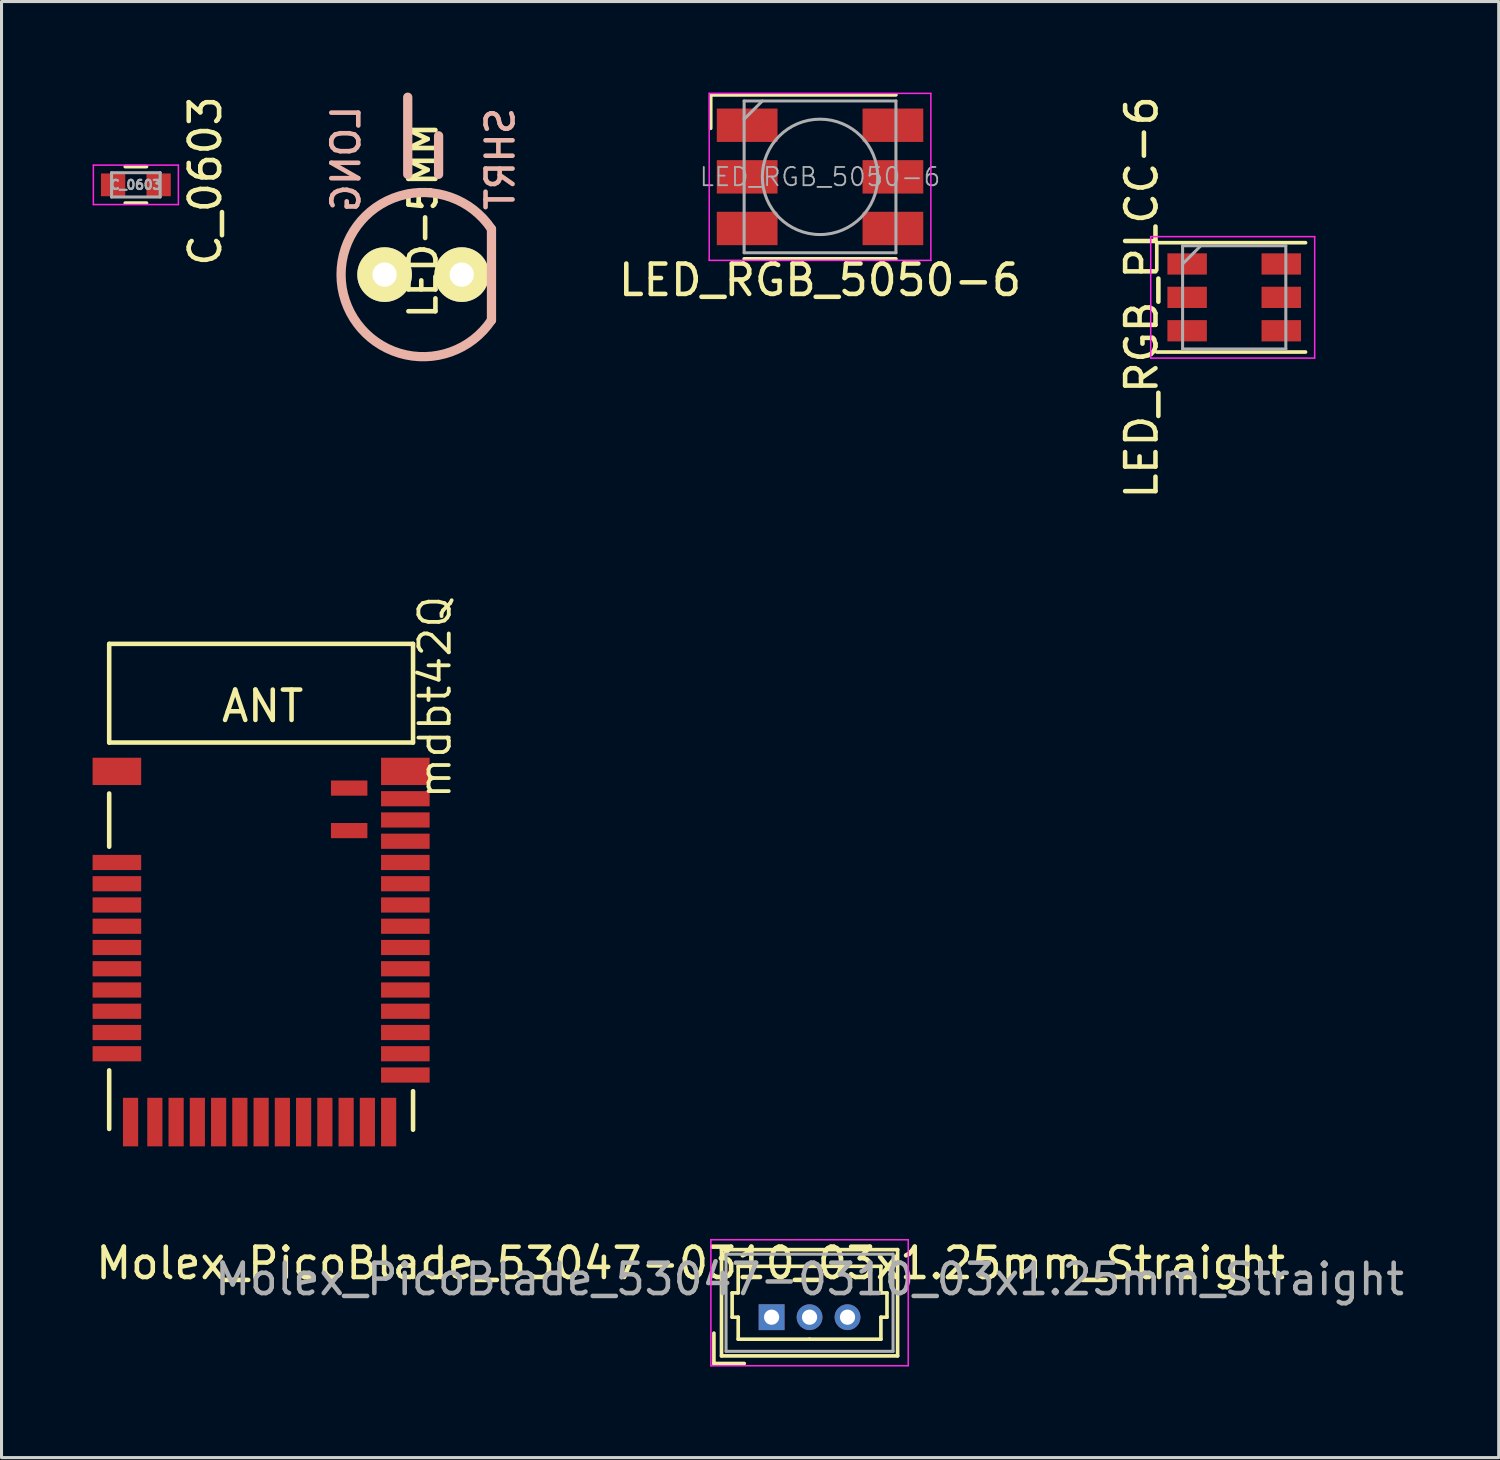
<source format=kicad_pcb>
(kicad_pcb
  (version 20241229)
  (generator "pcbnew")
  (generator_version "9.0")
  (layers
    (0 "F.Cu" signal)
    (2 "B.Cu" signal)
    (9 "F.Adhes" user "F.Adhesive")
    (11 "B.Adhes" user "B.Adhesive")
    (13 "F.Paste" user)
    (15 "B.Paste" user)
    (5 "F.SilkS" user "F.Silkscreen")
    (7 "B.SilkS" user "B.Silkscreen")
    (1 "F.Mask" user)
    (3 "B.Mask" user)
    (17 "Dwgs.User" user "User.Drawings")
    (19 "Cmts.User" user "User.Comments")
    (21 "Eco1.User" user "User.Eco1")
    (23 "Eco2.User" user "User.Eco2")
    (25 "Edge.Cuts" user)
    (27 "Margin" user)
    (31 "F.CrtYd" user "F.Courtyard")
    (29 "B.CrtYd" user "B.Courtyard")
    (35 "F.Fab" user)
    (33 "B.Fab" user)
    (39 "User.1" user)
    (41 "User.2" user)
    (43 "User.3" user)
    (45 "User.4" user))
  (footprint "LED_RGB_5050-6"
    (layer "F.Cu")
    (at 23.958 2.775)
    (property "Reference" "LED_RGB_5050-6" (at 0 3.4 180) (layer "F.SilkS") (effects (font (size 1 1) (thickness 0.15))))
    (attr smd)
    (fp_line (start -3.6 -2.7) (end 2.5 -2.7) (stroke (width 0.12) (type solid)) (layer "F.SilkS"))
    (fp_line (start -3.6 -1.6) (end -3.6 -2.7) (stroke (width 0.12) (type solid)) (layer "F.SilkS"))
    (fp_line (start 2.5 2.7) (end -2.5 2.7) (stroke (width 0.12) (type solid)) (layer "F.SilkS"))
    (fp_line (start -3.65 -2.75) (end -3.65 2.75) (stroke (width 0.05) (type solid)) (layer "F.CrtYd"))
    (fp_line (start -3.65 2.75) (end 3.65 2.75) (stroke (width 0.05) (type solid)) (layer "F.CrtYd"))
    (fp_line (start 3.65 -2.75) (end -3.65 -2.75) (stroke (width 0.05) (type solid)) (layer "F.CrtYd"))
    (fp_line (start 3.65 2.75) (end 3.65 -2.75) (stroke (width 0.05) (type solid)) (layer "F.CrtYd"))
    (fp_line (start -2.5 -2.5) (end -2.5 2.5) (stroke (width 0.1) (type solid)) (layer "F.Fab"))
    (fp_line (start -2.5 -1.9) (end -1.9 -2.5) (stroke (width 0.1) (type solid)) (layer "F.Fab"))
    (fp_line (start -2.5 2.5) (end 2.5 2.5) (stroke (width 0.1) (type solid)) (layer "F.Fab"))
    (fp_line (start 2.5 -2.5) (end -2.5 -2.5) (stroke (width 0.1) (type solid)) (layer "F.Fab"))
    (fp_line (start 2.5 2.5) (end 2.5 -2.5) (stroke (width 0.1) (type solid)) (layer "F.Fab"))
    (fp_circle (center 0 0) (end 0 -1.9) (stroke (width 0.1) (type solid)) (fill no) (layer "F.Fab"))
    (fp_text user "${REFERENCE}" (at 0 0 0) (layer "F.Fab") (effects (font (size 0.6 0.6) (thickness 0.06))))
    (pad "1" smd rect (at -2.4 -1.7 90) (size 1.1 2) (layers "F.Cu" "F.Mask" "F.Paste"))
    (pad "2" smd rect (at -2.4 0 90) (size 1.1 2) (layers "F.Cu" "F.Mask" "F.Paste"))
    (pad "3" smd rect (at -2.4 1.7 90) (size 1.1 2) (layers "F.Cu" "F.Mask" "F.Paste"))
    (pad "4" smd rect (at 2.4 1.7 90) (size 1.1 2) (layers "F.Cu" "F.Mask" "F.Paste"))
    (pad "5" smd rect (at 2.4 0 90) (size 1.1 2) (layers "F.Cu" "F.Mask" "F.Paste"))
    (pad "6" smd rect (at 2.4 -1.7 90) (size 1.1 2) (layers "F.Cu" "F.Mask" "F.Paste")))
  (footprint "C_0603"
    (layer "F.Cu")
    (at 1.425 3.038)
    (property "Reference" "C_0603" (at 2.286 -0.127 90) (layer "F.SilkS") (effects (font (size 1 1) (thickness 0.15))))
    (attr smd)
    (fp_line (start -0.35 -0.6) (end 0.35 -0.6) (stroke (width 0.12) (type solid)) (layer "F.SilkS"))
    (fp_line (start 0.35 0.6) (end -0.35 0.6) (stroke (width 0.12) (type solid)) (layer "F.SilkS"))
    (fp_line (start -1.4 -0.65) (end -1.4 0.65) (stroke (width 0.05) (type solid)) (layer "F.CrtYd"))
    (fp_line (start -1.4 -0.65) (end 1.4 -0.65) (stroke (width 0.05) (type solid)) (layer "F.CrtYd"))
    (fp_line (start 1.4 0.65) (end -1.4 0.65) (stroke (width 0.05) (type solid)) (layer "F.CrtYd"))
    (fp_line (start 1.4 0.65) (end 1.4 -0.65) (stroke (width 0.05) (type solid)) (layer "F.CrtYd"))
    (fp_line (start -0.8 -0.4) (end 0.8 -0.4) (stroke (width 0.1) (type solid)) (layer "F.Fab"))
    (fp_line (start -0.8 0.4) (end -0.8 -0.4) (stroke (width 0.1) (type solid)) (layer "F.Fab"))
    (fp_line (start 0.8 -0.4) (end 0.8 0.4) (stroke (width 0.1) (type solid)) (layer "F.Fab"))
    (fp_line (start 0.8 0.4) (end -0.8 0.4) (stroke (width 0.1) (type solid)) (layer "F.Fab"))
    (fp_text user "${REFERENCE}" (at 0 0 0) (layer "F.Fab") (effects (font (size 0.3 0.3) (thickness 0.075))))
    (pad "1" smd rect (at -0.75 0) (size 0.8 0.75) (layers "F.Cu" "F.Mask" "F.Paste"))
    (pad "2" smd rect (at 0.75 0) (size 0.8 0.75) (layers "F.Cu" "F.Mask" "F.Paste")))
  (footprint "LED_RGB_PLCC-6"
    (layer "F.Cu")
    (at 37.599 6.744)
    (property "Reference" "LED_RGB_PLCC-6" (at -3.048 0 270) (layer "F.SilkS") (effects (font (size 1 1) (thickness 0.15))))
    (attr smd)
    (fp_line (start -2.55 -1.8) (end -2.55 -0.9) (stroke (width 0.12) (type solid)) (layer "F.SilkS"))
    (fp_line (start -2.55 1.8) (end 2.35 1.8) (stroke (width 0.12) (type solid)) (layer "F.SilkS"))
    (fp_line (start 2.35 -1.8) (end -2.55 -1.8) (stroke (width 0.12) (type solid)) (layer "F.SilkS"))
    (fp_line (start -2.75 -2) (end -2.75 2) (stroke (width 0.05) (type solid)) (layer "F.CrtYd"))
    (fp_line (start -2.75 -2) (end 2.65 -2) (stroke (width 0.05) (type solid)) (layer "F.CrtYd"))
    (fp_line (start -2.75 2) (end 2.65 2) (stroke (width 0.05) (type solid)) (layer "F.CrtYd"))
    (fp_line (start 2.65 -2) (end 2.65 2) (stroke (width 0.05) (type solid)) (layer "F.CrtYd"))
    (fp_line (start -1.7 -1.7) (end -1.7 1.7) (stroke (width 0.1) (type solid)) (layer "F.Fab"))
    (fp_line (start -1.7 -1.1) (end -1.1 -1.7) (stroke (width 0.1) (type solid)) (layer "F.Fab"))
    (fp_line (start -1.7 1.7) (end 1.7 1.7) (stroke (width 0.1) (type solid)) (layer "F.Fab"))
    (fp_line (start 1.7 -1.7) (end -1.7 -1.7) (stroke (width 0.1) (type solid)) (layer "F.Fab"))
    (fp_line (start 1.7 1.7) (end 1.7 -1.7) (stroke (width 0.1) (type solid)) (layer "F.Fab"))
    (pad "1" smd rect (at -1.55 -1.1 90) (size 0.7 1.3) (layers "F.Cu" "F.Mask" "F.Paste"))
    (pad "2" smd rect (at -1.55 0 90) (size 0.7 1.3) (layers "F.Cu" "F.Mask" "F.Paste"))
    (pad "3" smd rect (at -1.55 1.1 90) (size 0.7 1.3) (layers "F.Cu" "F.Mask" "F.Paste"))
    (pad "4" smd rect (at 1.55 1.1 90) (size 0.7 1.3) (layers "F.Cu" "F.Mask" "F.Paste"))
    (pad "5" smd rect (at 1.55 0 90) (size 0.7 1.3) (layers "F.Cu" "F.Mask" "F.Paste"))
    (pad "6" smd rect (at 1.55 -1.1 90) (size 0.7 1.3) (layers "F.Cu" "F.Mask" "F.Paste")))
  (footprint "LED-5MM"
    (layer "F.Cu")
    (at 10.887 5.994)
    (property "Reference" "LED-5MM" (at 0 -1.778 270) (layer "F.SilkS") (effects (font (size 0.889 0.889) (thickness 0.152))))
    (attr through_hole)
    (fp_line (start -0.508 -5.842) (end -0.508 -3.302) (stroke (width 0.305) (type solid)) (layer "B.SilkS"))
    (fp_line (start 0.508 -4.572) (end 0.508 -3.302) (stroke (width 0.305) (type solid)) (layer "B.SilkS"))
    (fp_line (start 2.25 -1.5) (end 2.25 1.5) (stroke (width 0.305) (type solid)) (layer "B.SilkS"))
    (fp_arc (start 2.25 1.5) (mid -2.704163 0.000469) (end 2.24948 -1.50078) (stroke (width 0.3048) (type solid)) (layer "B.SilkS"))
    (fp_text user "SHRT" (at 2.54 -3.81 90) (layer "B.SilkS") (effects (font (size 0.889 0.889) (thickness 0.152)) (justify mirror)))
    (fp_text user "LONG" (at -2.54 -3.81 90) (layer "B.SilkS") (effects (font (size 0.889 0.889) (thickness 0.152)) (justify mirror)))
    (pad "1" thru_hole circle (at -1.27 0) (size 1.8 1.8) (drill 0.8) (layers "*.Cu" "*.Mask" "F.SilkS"))
    (pad "2" thru_hole circle (at 1.27 0) (size 1.8 1.8) (drill 0.8) (layers "*.Cu" "*.Mask" "F.SilkS")))
  (footprint "mdbt42Q"
    (layer "F.Cu")
    (at 5.55 27.656)
    (property "Reference" "mdbt42Q" (at 5.724 -7.747 90) (layer "F.SilkS") (effects (font (size 1 1) (thickness 0.125))))
    (attr through_hole)
    (fp_line (start -5.004 -9.5) (end -5.004 -6.248) (stroke (width 0.15) (type solid)) (layer "F.SilkS"))
    (fp_line (start -5.004 -2.819) (end -5.004 -4.572) (stroke (width 0.15) (type solid)) (layer "F.SilkS"))
    (fp_line (start -5.004 6.477) (end -5.004 4.547) (stroke (width 0.15) (type solid)) (layer "F.SilkS"))
    (fp_line (start -5 -9.5) (end 5 -9.5) (stroke (width 0.15) (type solid)) (layer "F.SilkS"))
    (fp_line (start 5 -6.25) (end -5 -6.25) (stroke (width 0.15) (type solid)) (layer "F.SilkS"))
    (fp_line (start 5.004 -9.5) (end 5.004 -6.248) (stroke (width 0.15) (type solid)) (layer "F.SilkS"))
    (fp_line (start 5.004 6.502) (end 5.004 5.232) (stroke (width 0.15) (type solid)) (layer "F.SilkS"))
    (fp_text user "ANT" (at 0.05 -7.45 0) (layer "F.SilkS") (effects (font (size 1 1) (thickness 0.15))))
    (pad "1" smd rect (at -4.75 -5.3) (size 1.6 0.9) (layers "F.Cu" "F.Mask" "F.Paste"))
    (pad "2" smd rect (at -4.75 -2.3) (size 1.6 0.5) (layers "F.Cu" "F.Mask" "F.Paste"))
    (pad "3" smd rect (at -4.75 -1.6) (size 1.6 0.5) (layers "F.Cu" "F.Mask" "F.Paste"))
    (pad "4" smd rect (at -4.75 -0.9) (size 1.6 0.5) (layers "F.Cu" "F.Mask" "F.Paste"))
    (pad "5" smd rect (at -4.75 -0.2) (size 1.6 0.5) (layers "F.Cu" "F.Mask" "F.Paste"))
    (pad "6" smd rect (at -4.75 0.5) (size 1.6 0.5) (layers "F.Cu" "F.Mask" "F.Paste"))
    (pad "7" smd rect (at -4.75 1.2) (size 1.6 0.5) (layers "F.Cu" "F.Mask" "F.Paste"))
    (pad "8" smd rect (at -4.75 1.9) (size 1.6 0.5) (layers "F.Cu" "F.Mask" "F.Paste"))
    (pad "9" smd rect (at -4.75 2.6) (size 1.6 0.5) (layers "F.Cu" "F.Mask" "F.Paste"))
    (pad "10" smd rect (at -4.75 3.3) (size 1.6 0.5) (layers "F.Cu" "F.Mask" "F.Paste"))
    (pad "11" smd rect (at -4.75 4) (size 1.6 0.5) (layers "F.Cu" "F.Mask" "F.Paste"))
    (pad "12" smd rect (at -4.3 6.25) (size 0.5 1.6) (layers "F.Cu" "F.Mask" "F.Paste"))
    (pad "13" smd rect (at -3.5 6.25) (size 0.5 1.6) (layers "F.Cu" "F.Mask" "F.Paste"))
    (pad "14" smd rect (at -2.8 6.25) (size 0.5 1.6) (layers "F.Cu" "F.Mask" "F.Paste"))
    (pad "15" smd rect (at -2.1 6.25) (size 0.5 1.6) (layers "F.Cu" "F.Mask" "F.Paste"))
    (pad "16" smd rect (at -1.4 6.25) (size 0.5 1.6) (layers "F.Cu" "F.Mask" "F.Paste"))
    (pad "17" smd rect (at -0.7 6.25) (size 0.5 1.6) (layers "F.Cu" "F.Mask" "F.Paste"))
    (pad "18" smd rect (at 0 6.25) (size 0.5 1.6) (layers "F.Cu" "F.Mask" "F.Paste"))
    (pad "19" smd rect (at 0.7 6.25) (size 0.5 1.6) (layers "F.Cu" "F.Mask" "F.Paste"))
    (pad "20" smd rect (at 1.4 6.25) (size 0.5 1.6) (layers "F.Cu" "F.Mask" "F.Paste"))
    (pad "21" smd rect (at 2.1 6.25) (size 0.5 1.6) (layers "F.Cu" "F.Mask" "F.Paste"))
    (pad "22" smd rect (at 2.8 6.25) (size 0.5 1.6) (layers "F.Cu" "F.Mask" "F.Paste"))
    (pad "23" smd rect (at 3.5 6.25) (size 0.5 1.6) (layers "F.Cu" "F.Mask" "F.Paste"))
    (pad "24" smd rect (at 4.2 6.25) (size 0.5 1.6) (layers "F.Cu" "F.Mask" "F.Paste"))
    (pad "25" smd rect (at 4.75 4.7) (size 1.6 0.5) (layers "F.Cu" "F.Mask" "F.Paste"))
    (pad "26" smd rect (at 4.75 4) (size 1.6 0.5) (layers "F.Cu" "F.Mask" "F.Paste"))
    (pad "27" smd rect (at 4.75 3.3) (size 1.6 0.5) (layers "F.Cu" "F.Mask" "F.Paste"))
    (pad "28" smd rect (at 4.75 2.6) (size 1.6 0.5) (layers "F.Cu" "F.Mask" "F.Paste"))
    (pad "29" smd rect (at 4.75 1.9) (size 1.6 0.5) (layers "F.Cu" "F.Mask" "F.Paste"))
    (pad "30" smd rect (at 4.75 1.2) (size 1.6 0.5) (layers "F.Cu" "F.Mask" "F.Paste"))
    (pad "31" smd rect (at 4.75 0.5) (size 1.6 0.5) (layers "F.Cu" "F.Mask" "F.Paste"))
    (pad "32" smd rect (at 4.75 -0.2) (size 1.6 0.5) (layers "F.Cu" "F.Mask" "F.Paste"))
    (pad "33" smd rect (at 4.75 -0.9) (size 1.6 0.5) (layers "F.Cu" "F.Mask" "F.Paste"))
    (pad "34" smd rect (at 4.75 -1.6) (size 1.6 0.5) (layers "F.Cu" "F.Mask" "F.Paste"))
    (pad "35" smd rect (at 4.75 -2.3) (size 1.6 0.5) (layers "F.Cu" "F.Mask" "F.Paste"))
    (pad "36" smd rect (at 4.75 -3) (size 1.6 0.5) (layers "F.Cu" "F.Mask" "F.Paste"))
    (pad "37" smd rect (at 4.75 -3.7) (size 1.6 0.5) (layers "F.Cu" "F.Mask" "F.Paste"))
    (pad "38" smd rect (at 4.75 -4.4) (size 1.6 0.5) (layers "F.Cu" "F.Mask" "F.Paste"))
    (pad "39" smd rect (at 4.75 -5.3) (size 1.6 0.9) (layers "F.Cu" "F.Mask" "F.Paste"))
    (pad "40" smd rect (at 2.9 -4.75) (size 1.2 0.5) (layers "F.Cu" "F.Mask" "F.Paste"))
    (pad "41" smd rect (at 2.9 -3.35) (size 1.2 0.5) (layers "F.Cu" "F.Mask" "F.Paste")))
  (footprint "Molex_PicoBlade_53047-0310_03x1.25mm_Straight"
    (layer "F.Cu")
    (at 22.363 40.332)
    (property "Reference" "Molex_PicoBlade_53047-0310_03x1.25mm_Straight" (at -2.667 -1.778 0) (layer "F.SilkS") (effects (font (size 1 1) (thickness 0.15))))
    (attr through_hole)
    (fp_line (start -1.9 1.525) (end -1.9 0.525) (stroke (width 0.12) (type solid)) (layer "F.SilkS"))
    (fp_line (start -1.9 1.525) (end -0.9 1.525) (stroke (width 0.12) (type solid)) (layer "F.SilkS"))
    (fp_line (start -1.65 -2.225) (end -1.65 1.275) (stroke (width 0.12) (type solid)) (layer "F.SilkS"))
    (fp_line (start -1.65 1.275) (end 4.15 1.275) (stroke (width 0.12) (type solid)) (layer "F.SilkS"))
    (fp_line (start -1.3 -0.8) (end -1.1 -0.8) (stroke (width 0.12) (type solid)) (layer "F.SilkS"))
    (fp_line (start -1.3 0) (end -1.3 -0.8) (stroke (width 0.12) (type solid)) (layer "F.SilkS"))
    (fp_line (start -1.1 -1.675) (end 1.25 -1.675) (stroke (width 0.12) (type solid)) (layer "F.SilkS"))
    (fp_line (start -1.1 -0.8) (end -1.1 -1.675) (stroke (width 0.12) (type solid)) (layer "F.SilkS"))
    (fp_line (start -1.1 0) (end -1.3 0) (stroke (width 0.12) (type solid)) (layer "F.SilkS"))
    (fp_line (start -1.1 0.725) (end -1.1 0) (stroke (width 0.12) (type solid)) (layer "F.SilkS"))
    (fp_line (start 1.25 0.725) (end -1.1 0.725) (stroke (width 0.12) (type solid)) (layer "F.SilkS"))
    (fp_line (start 1.25 0.725) (end 3.6 0.725) (stroke (width 0.12) (type solid)) (layer "F.SilkS"))
    (fp_line (start 3.6 -1.675) (end 1.25 -1.675) (stroke (width 0.12) (type solid)) (layer "F.SilkS"))
    (fp_line (start 3.6 -0.8) (end 3.6 -1.675) (stroke (width 0.12) (type solid)) (layer "F.SilkS"))
    (fp_line (start 3.6 0) (end 3.8 0) (stroke (width 0.12) (type solid)) (layer "F.SilkS"))
    (fp_line (start 3.6 0.725) (end 3.6 0) (stroke (width 0.12) (type solid)) (layer "F.SilkS"))
    (fp_line (start 3.8 -0.8) (end 3.6 -0.8) (stroke (width 0.12) (type solid)) (layer "F.SilkS"))
    (fp_line (start 3.8 0) (end 3.8 -0.8) (stroke (width 0.12) (type solid)) (layer "F.SilkS"))
    (fp_line (start 4.15 -2.225) (end -1.65 -2.225) (stroke (width 0.12) (type solid)) (layer "F.SilkS"))
    (fp_line (start 4.15 1.275) (end 4.15 -2.225) (stroke (width 0.12) (type solid)) (layer "F.SilkS"))
    (fp_line (start -2 -2.55) (end -2 1.6) (stroke (width 0.05) (type solid)) (layer "F.CrtYd"))
    (fp_line (start -2 1.6) (end 4.5 1.6) (stroke (width 0.05) (type solid)) (layer "F.CrtYd"))
    (fp_line (start 4.5 -2.55) (end -2 -2.55) (stroke (width 0.05) (type solid)) (layer "F.CrtYd"))
    (fp_line (start 4.5 1.6) (end 4.5 -2.55) (stroke (width 0.05) (type solid)) (layer "F.CrtYd"))
    (fp_line (start -1.5 -2.075) (end -1.5 1.125) (stroke (width 0.1) (type solid)) (layer "F.Fab"))
    (fp_line (start -1.5 1.125) (end 4 1.125) (stroke (width 0.1) (type solid)) (layer "F.Fab"))
    (fp_line (start 4 -2.075) (end -1.5 -2.075) (stroke (width 0.1) (type solid)) (layer "F.Fab"))
    (fp_line (start 4 1.125) (end 4 -2.075) (stroke (width 0.1) (type solid)) (layer "F.Fab"))
    (fp_text user "${REFERENCE}" (at 1.25 -1.25 0) (layer "F.Fab") (effects (font (size 1 1) (thickness 0.15))))
    (pad "1" thru_hole rect (at 0 0) (size 0.85 0.85) (drill 0.5) (layers "*.Cu" "*.Mask"))
    (pad "2" thru_hole circle (at 1.25 0) (size 0.85 0.85) (drill 0.5) (layers "*.Cu" "*.Mask"))
    (pad "3" thru_hole circle (at 2.5 0) (size 0.85 0.85) (drill 0.5) (layers "*.Cu" "*.Mask")))
  (gr_rect
    (start -3 -3)
    (end 46.31 44.957)
    (stroke (width 0.1) (type default))
    (fill no)
    (layer "Edge.Cuts")))
</source>
